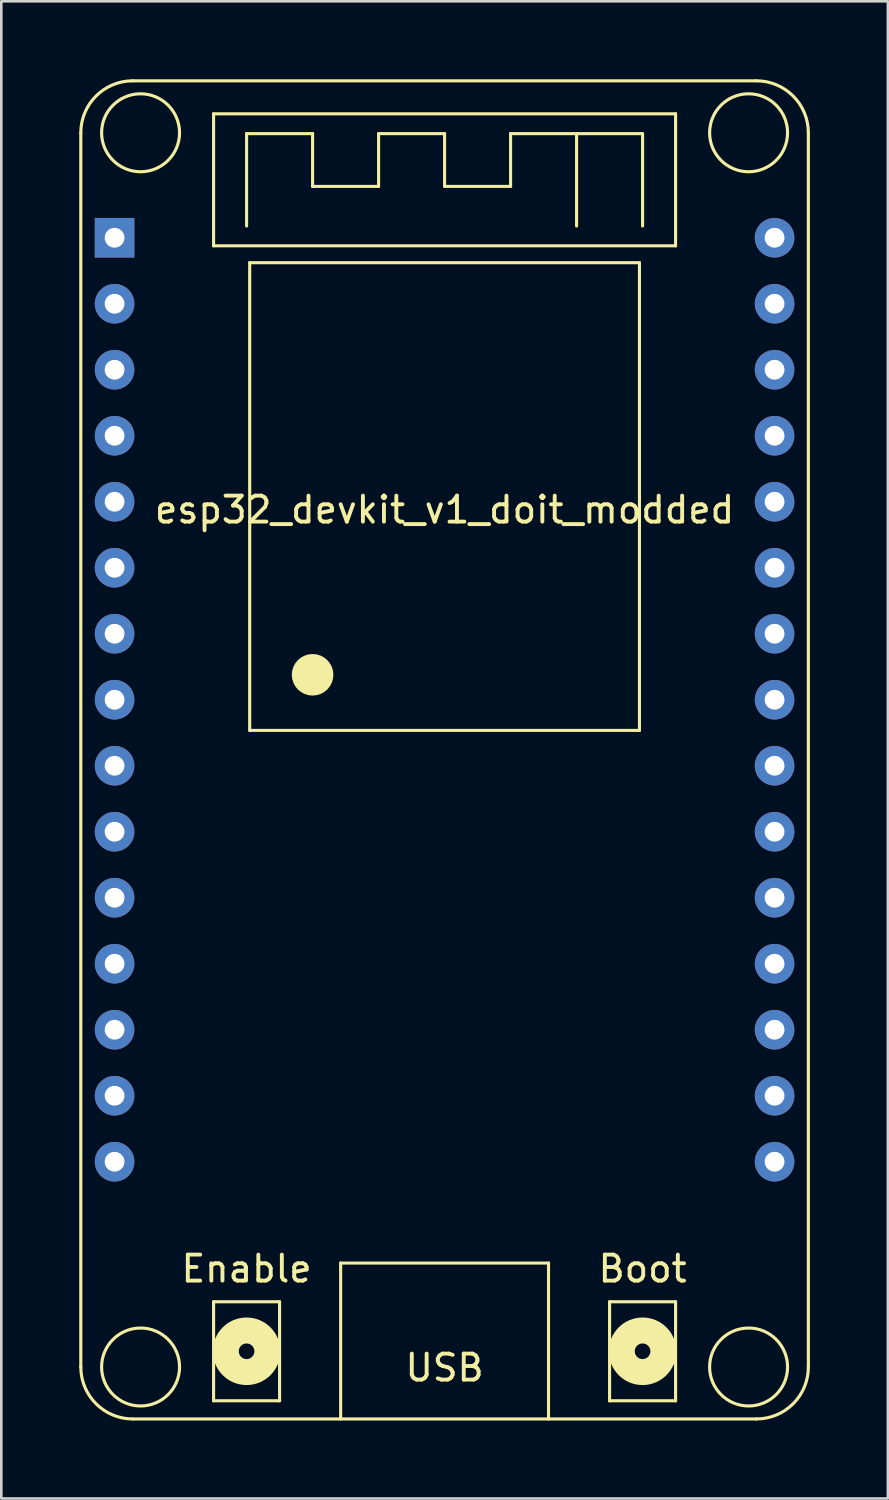
<source format=kicad_pcb>
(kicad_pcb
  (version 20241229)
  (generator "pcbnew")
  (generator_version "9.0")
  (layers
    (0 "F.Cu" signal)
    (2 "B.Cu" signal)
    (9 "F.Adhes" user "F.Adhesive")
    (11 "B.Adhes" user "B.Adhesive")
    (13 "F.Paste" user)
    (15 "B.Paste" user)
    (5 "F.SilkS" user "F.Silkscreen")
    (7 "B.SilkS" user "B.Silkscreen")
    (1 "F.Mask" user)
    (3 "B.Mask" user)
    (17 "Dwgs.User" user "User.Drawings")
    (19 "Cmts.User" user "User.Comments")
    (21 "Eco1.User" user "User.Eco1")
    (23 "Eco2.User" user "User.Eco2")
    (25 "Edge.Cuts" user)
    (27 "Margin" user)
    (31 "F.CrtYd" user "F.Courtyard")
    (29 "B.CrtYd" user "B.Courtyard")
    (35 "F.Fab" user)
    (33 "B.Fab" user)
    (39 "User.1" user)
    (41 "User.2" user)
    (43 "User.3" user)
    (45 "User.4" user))
  (footprint "esp32_devkit_v1_doit_modded"
    (layer "F.Cu")
    (at 14.06 6.1)
    (property "Reference" "esp32_devkit_v1_doit_modded" (at 0 10.47 0) (layer "F.SilkS") (effects (font (size 1 1) (thickness 0.15))))
    (attr smd)
    (fp_line (start -14 -4.04) (end -14 43.46) (stroke (width 0.12) (type solid)) (layer "F.SilkS"))
    (fp_line (start -12 -6.04) (end 12 -6.04) (stroke (width 0.12) (type solid)) (layer "F.SilkS"))
    (fp_line (start -12 45.46) (end 12 45.46) (stroke (width 0.12) (type solid)) (layer "F.SilkS"))
    (fp_line (start -8.89 -4.77) (end 8.89 -4.77) (stroke (width 0.12) (type solid)) (layer "F.SilkS"))
    (fp_line (start -8.89 0.31) (end -8.89 -4.77) (stroke (width 0.12) (type solid)) (layer "F.SilkS"))
    (fp_line (start -8.89 40.95) (end -6.35 40.95) (stroke (width 0.12) (type solid)) (layer "F.SilkS"))
    (fp_line (start -8.89 44.76) (end -8.89 40.95) (stroke (width 0.12) (type solid)) (layer "F.SilkS"))
    (fp_line (start -7.62 -4.008) (end -5.08 -4.008) (stroke (width 0.12) (type solid)) (layer "F.SilkS"))
    (fp_line (start -7.62 -0.452) (end -7.62 -4.008) (stroke (width 0.12) (type solid)) (layer "F.SilkS"))
    (fp_line (start -7.5 0.96) (end 7.5 0.96) (stroke (width 0.12) (type solid)) (layer "F.SilkS"))
    (fp_line (start -7.5 18.96) (end -7.5 0.96) (stroke (width 0.12) (type solid)) (layer "F.SilkS"))
    (fp_line (start -6.35 40.95) (end -6.35 44.76) (stroke (width 0.12) (type solid)) (layer "F.SilkS"))
    (fp_line (start -6.35 44.76) (end -8.89 44.76) (stroke (width 0.12) (type solid)) (layer "F.SilkS"))
    (fp_line (start -5.08 -4.008) (end -5.08 -1.976) (stroke (width 0.12) (type solid)) (layer "F.SilkS"))
    (fp_line (start -5.08 -1.976) (end -2.54 -1.976) (stroke (width 0.12) (type solid)) (layer "F.SilkS"))
    (fp_line (start -4 39.46) (end -4 45.46) (stroke (width 0.12) (type solid)) (layer "F.SilkS"))
    (fp_line (start -4 39.46) (end 4 39.46) (stroke (width 0.12) (type solid)) (layer "F.SilkS"))
    (fp_line (start -2.54 -4.008) (end 0 -4.008) (stroke (width 0.12) (type solid)) (layer "F.SilkS"))
    (fp_line (start -2.54 -1.976) (end -2.54 -4.008) (stroke (width 0.12) (type solid)) (layer "F.SilkS"))
    (fp_line (start 0 -4.008) (end 0 -1.976) (stroke (width 0.12) (type solid)) (layer "F.SilkS"))
    (fp_line (start 0 -1.976) (end 2.54 -1.976) (stroke (width 0.12) (type solid)) (layer "F.SilkS"))
    (fp_line (start 2.54 -4.008) (end 7.62 -4.008) (stroke (width 0.12) (type solid)) (layer "F.SilkS"))
    (fp_line (start 2.54 -1.976) (end 2.54 -4.008) (stroke (width 0.12) (type solid)) (layer "F.SilkS"))
    (fp_line (start 4 39.46) (end 4 45.46) (stroke (width 0.12) (type solid)) (layer "F.SilkS"))
    (fp_line (start 5.08 -4.008) (end 5.08 -0.452) (stroke (width 0.12) (type solid)) (layer "F.SilkS"))
    (fp_line (start 6.35 40.95) (end 8.89 40.95) (stroke (width 0.12) (type solid)) (layer "F.SilkS"))
    (fp_line (start 6.35 44.76) (end 6.35 40.95) (stroke (width 0.12) (type solid)) (layer "F.SilkS"))
    (fp_line (start 7.5 0.96) (end 7.5 18.96) (stroke (width 0.12) (type solid)) (layer "F.SilkS"))
    (fp_line (start 7.5 18.96) (end -7.5 18.96) (stroke (width 0.12) (type solid)) (layer "F.SilkS"))
    (fp_line (start 7.62 -4.008) (end 7.62 -0.452) (stroke (width 0.12) (type solid)) (layer "F.SilkS"))
    (fp_line (start 8.89 -4.77) (end 8.89 0.31) (stroke (width 0.12) (type solid)) (layer "F.SilkS"))
    (fp_line (start 8.89 0.31) (end -8.89 0.31) (stroke (width 0.12) (type solid)) (layer "F.SilkS"))
    (fp_line (start 8.89 40.95) (end 8.89 44.76) (stroke (width 0.12) (type solid)) (layer "F.SilkS"))
    (fp_line (start 8.89 44.76) (end 6.35 44.76) (stroke (width 0.12) (type solid)) (layer "F.SilkS"))
    (fp_line (start 14 43.46) (end 14 -4.04) (stroke (width 0.12) (type solid)) (layer "F.SilkS"))
    (fp_arc (start -14 -4.04) (mid -13.414214 -5.454214) (end -12 -6.04) (stroke (width 0.12) (type solid)) (layer "F.SilkS"))
    (fp_arc (start -12 45.46) (mid -13.414214 44.874214) (end -14 43.46) (stroke (width 0.12) (type solid)) (layer "F.SilkS"))
    (fp_arc (start 12 -6.04) (mid 13.414214 -5.454214) (end 14 -4.04) (stroke (width 0.12) (type solid)) (layer "F.SilkS"))
    (fp_arc (start 14 43.46) (mid 13.414214 44.874214) (end 12 45.46) (stroke (width 0.12) (type solid)) (layer "F.SilkS"))
    (fp_circle (center -11.7 -4.04) (end -10.2 -4.04) (stroke (width 0.12) (type solid)) (fill no) (layer "F.SilkS"))
    (fp_circle (center -11.7 43.46) (end -10.2 43.46) (stroke (width 0.12) (type solid)) (fill no) (layer "F.SilkS"))
    (fp_circle (center -7.62 42.855) (end -7.32 42.855) (stroke (width 1) (type solid)) (fill no) (layer "F.SilkS"))
    (fp_circle (center -5.08 16.82) (end -4.68 16.82) (stroke (width 0.8) (type solid)) (fill no) (layer "F.SilkS"))
    (fp_circle (center 7.62 42.855) (end 7.92 42.855) (stroke (width 1) (type solid)) (fill no) (layer "F.SilkS"))
    (fp_circle (center 11.7 -4.04) (end 13.2 -4.04) (stroke (width 0.12) (type solid)) (fill no) (layer "F.SilkS"))
    (fp_circle (center 11.7 43.46) (end 13.2 43.46) (stroke (width 0.12) (type solid)) (fill no) (layer "F.SilkS"))
    (fp_text user "Boot" (at 7.62 39.68 0) (layer "F.SilkS") (effects (font (size 1 1) (thickness 0.15))))
    (fp_text user "Enable" (at -7.62 39.68 0) (layer "F.SilkS") (effects (font (size 1 1) (thickness 0.15))))
    (fp_text user "USB" (at 0 43.49 0) (layer "F.SilkS") (effects (font (size 1 1) (thickness 0.15))))
    (pad "1" thru_hole circle (at 12.7 35.56) (size 1.524 1.524) (drill 0.762) (layers "*.Cu" "*.Mask"))
    (pad "2" thru_hole circle (at 12.7 33.02) (size 1.524 1.524) (drill 0.762) (layers "*.Cu" "*.Mask"))
    (pad "3" thru_hole circle (at 12.7 30.48) (size 1.524 1.524) (drill 0.762) (layers "*.Cu" "*.Mask"))
    (pad "4" thru_hole circle (at 12.7 27.94) (size 1.524 1.524) (drill 0.762) (layers "*.Cu" "*.Mask"))
    (pad "5" thru_hole circle (at 12.7 25.4) (size 1.524 1.524) (drill 0.762) (layers "*.Cu" "*.Mask"))
    (pad "6" thru_hole circle (at -12.7 12.7) (size 1.524 1.524) (drill 0.762) (layers "*.Cu" "*.Mask"))
    (pad "7" thru_hole circle (at -12.7 15.24) (size 1.524 1.524) (drill 0.762) (layers "*.Cu" "*.Mask"))
    (pad "8" thru_hole circle (at -12.7 17.78) (size 1.524 1.524) (drill 0.762) (layers "*.Cu" "*.Mask"))
    (pad "9" thru_hole circle (at -12.7 20.32) (size 1.524 1.524) (drill 0.762) (layers "*.Cu" "*.Mask"))
    (pad "10" thru_hole circle (at -12.7 22.86) (size 1.524 1.524) (drill 0.762) (layers "*.Cu" "*.Mask"))
    (pad "11" thru_hole circle (at -12.7 25.4) (size 1.524 1.524) (drill 0.762) (layers "*.Cu" "*.Mask"))
    (pad "12" thru_hole circle (at -12.7 27.94) (size 1.524 1.524) (drill 0.762) (layers "*.Cu" "*.Mask"))
    (pad "13" thru_hole circle (at -12.7 30.48) (size 1.524 1.524) (drill 0.762) (layers "*.Cu" "*.Mask"))
    (pad "14" thru_hole circle (at -12.7 33.02) (size 1.524 1.524) (drill 0.762) (layers "*.Cu" "*.Mask"))
    (pad "15" thru_hole circle (at -12.7 35.56) (size 1.524 1.524) (drill 0.762) (layers "*.Cu" "*.Mask"))
    (pad "21" thru_hole circle (at 12.7 22.86) (size 1.524 1.524) (drill 0.762) (layers "*.Cu" "*.Mask"))
    (pad "22" thru_hole circle (at 12.7 20.32) (size 1.524 1.524) (drill 0.762) (layers "*.Cu" "*.Mask"))
    (pad "23" thru_hole circle (at 12.7 17.78) (size 1.524 1.524) (drill 0.762) (layers "*.Cu" "*.Mask"))
    (pad "24" thru_hole circle (at 12.7 15.24) (size 1.524 1.524) (drill 0.762) (layers "*.Cu" "*.Mask"))
    (pad "25" thru_hole circle (at 12.7 12.7) (size 1.524 1.524) (drill 0.762) (layers "*.Cu" "*.Mask"))
    (pad "26" thru_hole circle (at 12.7 10.16) (size 1.524 1.524) (drill 0.762) (layers "*.Cu" "*.Mask"))
    (pad "27" thru_hole circle (at 12.7 7.62) (size 1.524 1.524) (drill 0.762) (layers "*.Cu" "*.Mask"))
    (pad "28" thru_hole circle (at 12.7 5.08) (size 1.524 1.524) (drill 0.762) (layers "*.Cu" "*.Mask"))
    (pad "29" thru_hole circle (at 12.7 2.54) (size 1.524 1.524) (drill 0.762) (layers "*.Cu" "*.Mask"))
    (pad "30" thru_hole circle (at 12.7 0) (size 1.524 1.524) (drill 0.762) (layers "*.Cu" "*.Mask"))
    (pad "100" thru_hole rect (at -12.7 0) (size 1.524 1.524) (drill 0.762) (layers "*.Cu" "*.Mask"))
    (pad "200" thru_hole circle (at -12.7 2.54) (size 1.524 1.524) (drill 0.762) (layers "*.Cu" "*.Mask"))
    (pad "300" thru_hole circle (at -12.7 5.08) (size 1.524 1.524) (drill 0.762) (layers "*.Cu" "*.Mask"))
    (pad "400" thru_hole circle (at -12.7 7.62) (size 1.524 1.524) (drill 0.762) (layers "*.Cu" "*.Mask"))
    (pad "500" thru_hole circle (at -12.7 10.16) (size 1.524 1.524) (drill 0.762) (layers "*.Cu" "*.Mask")))
  (gr_rect
    (start -3 -3)
    (end 31.12 54.62)
    (stroke (width 0.1) (type default))
    (fill no)
    (layer "Edge.Cuts")))
</source>
